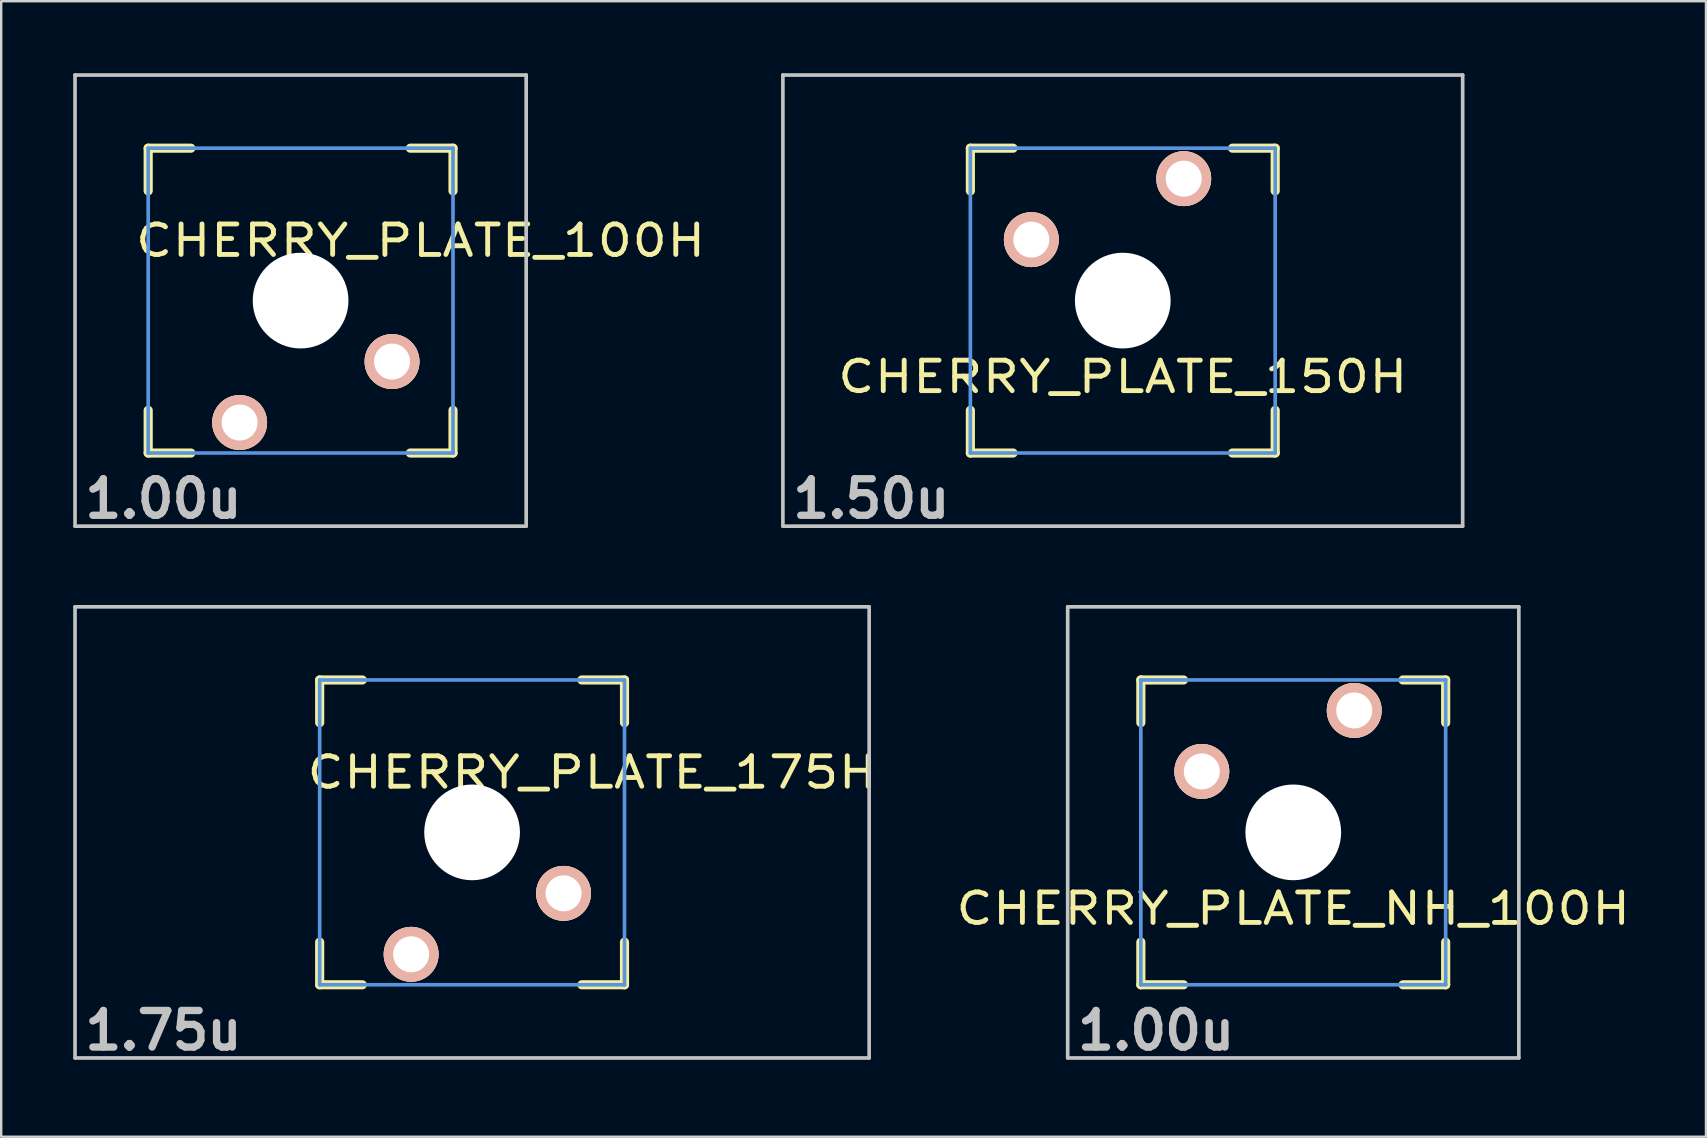
<source format=kicad_pcb>
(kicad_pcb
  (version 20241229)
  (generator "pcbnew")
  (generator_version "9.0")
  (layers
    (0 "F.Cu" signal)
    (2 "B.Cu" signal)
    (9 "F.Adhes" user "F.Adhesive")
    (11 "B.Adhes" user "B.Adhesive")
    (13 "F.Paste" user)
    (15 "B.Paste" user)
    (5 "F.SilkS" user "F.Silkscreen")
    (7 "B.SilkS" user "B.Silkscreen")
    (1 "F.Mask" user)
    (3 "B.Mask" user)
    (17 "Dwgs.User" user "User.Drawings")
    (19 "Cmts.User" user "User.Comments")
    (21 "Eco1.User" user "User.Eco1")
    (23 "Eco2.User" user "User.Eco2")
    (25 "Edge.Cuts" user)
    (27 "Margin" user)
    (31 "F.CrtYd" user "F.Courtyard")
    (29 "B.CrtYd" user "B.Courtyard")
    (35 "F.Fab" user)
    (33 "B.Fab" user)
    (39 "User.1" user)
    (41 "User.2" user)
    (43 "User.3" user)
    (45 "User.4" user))
  (footprint "CHERRY_PLATE_NH_100H"
    (layer "F.Cu")
    (at 50.832 31.63)
    (property "Reference" "CHERRY_PLATE_NH_100H" (at 0 3.175 0) (layer "F.SilkS") (effects (font (size 1.27 1.524) (thickness 0.203))))
    (attr through_hole)
    (fp_line (start -6.35 -6.35) (end -4.572 -6.35) (stroke (width 0.381) (type solid)) (layer "F.SilkS"))
    (fp_line (start -6.35 -4.572) (end -6.35 -6.35) (stroke (width 0.381) (type solid)) (layer "F.SilkS"))
    (fp_line (start -6.35 6.35) (end -6.35 4.572) (stroke (width 0.381) (type solid)) (layer "F.SilkS"))
    (fp_line (start -4.572 6.35) (end -6.35 6.35) (stroke (width 0.381) (type solid)) (layer "F.SilkS"))
    (fp_line (start 4.572 -6.35) (end 6.35 -6.35) (stroke (width 0.381) (type solid)) (layer "F.SilkS"))
    (fp_line (start 6.35 -6.35) (end 6.35 -4.572) (stroke (width 0.381) (type solid)) (layer "F.SilkS"))
    (fp_line (start 6.35 4.572) (end 6.35 6.35) (stroke (width 0.381) (type solid)) (layer "F.SilkS"))
    (fp_line (start 6.35 6.35) (end 4.572 6.35) (stroke (width 0.381) (type solid)) (layer "F.SilkS"))
    (fp_line (start -9.398 -9.398) (end 9.398 -9.398) (stroke (width 0.152) (type solid)) (layer "Dwgs.User"))
    (fp_line (start -9.398 9.398) (end -9.398 -9.398) (stroke (width 0.152) (type solid)) (layer "Dwgs.User"))
    (fp_line (start 9.398 -9.398) (end 9.398 9.398) (stroke (width 0.152) (type solid)) (layer "Dwgs.User"))
    (fp_line (start 9.398 9.398) (end -9.398 9.398) (stroke (width 0.152) (type solid)) (layer "Dwgs.User"))
    (fp_line (start -6.35 -6.35) (end 6.35 -6.35) (stroke (width 0.152) (type solid)) (layer "Cmts.User"))
    (fp_line (start -6.35 6.35) (end -6.35 -6.35) (stroke (width 0.152) (type solid)) (layer "Cmts.User"))
    (fp_line (start 6.35 -6.35) (end 6.35 6.35) (stroke (width 0.152) (type solid)) (layer "Cmts.User"))
    (fp_line (start 6.35 6.35) (end -6.35 6.35) (stroke (width 0.152) (type solid)) (layer "Cmts.User"))
    (fp_text user "1.00u" (at -5.715 8.255 0) (layer "Dwgs.User") (effects (font (size 1.524 1.524) (thickness 0.305))))
    (pad "" np_thru_hole circle (at 0 0) (size 3.988 3.988) (drill 3.988) (layers "*.Cu"))
    (pad "1" thru_hole circle (at 2.54 -5.08) (size 2.286 2.286) (drill 1.499) (layers "*.Cu" "*.SilkS" "*.Mask"))
    (pad "2" thru_hole circle (at -3.81 -2.54) (size 2.286 2.286) (drill 1.499) (layers "*.Cu" "*.SilkS" "*.Mask")))
  (footprint "CHERRY_PLATE_175H"
    (layer "F.Cu")
    (at 16.619 31.63)
    (property "Reference" "CHERRY_PLATE_175H" (at 5 -2.5 180) (layer "F.SilkS") (effects (font (size 1.27 1.524) (thickness 0.203))))
    (attr through_hole)
    (fp_line (start -6.35 -6.35) (end -4.572 -6.35) (stroke (width 0.381) (type solid)) (layer "F.SilkS"))
    (fp_line (start -6.35 -4.572) (end -6.35 -6.35) (stroke (width 0.381) (type solid)) (layer "F.SilkS"))
    (fp_line (start -6.35 6.35) (end -6.35 4.572) (stroke (width 0.381) (type solid)) (layer "F.SilkS"))
    (fp_line (start -4.572 6.35) (end -6.35 6.35) (stroke (width 0.381) (type solid)) (layer "F.SilkS"))
    (fp_line (start 4.572 -6.35) (end 6.35 -6.35) (stroke (width 0.381) (type solid)) (layer "F.SilkS"))
    (fp_line (start 6.35 -6.35) (end 6.35 -4.572) (stroke (width 0.381) (type solid)) (layer "F.SilkS"))
    (fp_line (start 6.35 4.572) (end 6.35 6.35) (stroke (width 0.381) (type solid)) (layer "F.SilkS"))
    (fp_line (start 6.35 6.35) (end 4.572 6.35) (stroke (width 0.381) (type solid)) (layer "F.SilkS"))
    (fp_line (start -16.543 -9.398) (end 16.543 -9.398) (stroke (width 0.152) (type solid)) (layer "Dwgs.User"))
    (fp_line (start -16.543 9.398) (end -16.543 -9.398) (stroke (width 0.152) (type solid)) (layer "Dwgs.User"))
    (fp_line (start 16.543 -9.398) (end 16.543 9.398) (stroke (width 0.152) (type solid)) (layer "Dwgs.User"))
    (fp_line (start 16.543 9.398) (end -16.543 9.398) (stroke (width 0.152) (type solid)) (layer "Dwgs.User"))
    (fp_line (start -6.35 -6.35) (end 6.35 -6.35) (stroke (width 0.152) (type solid)) (layer "Cmts.User"))
    (fp_line (start -6.35 6.35) (end -6.35 -6.35) (stroke (width 0.152) (type solid)) (layer "Cmts.User"))
    (fp_line (start 6.35 -6.35) (end 6.35 6.35) (stroke (width 0.152) (type solid)) (layer "Cmts.User"))
    (fp_line (start 6.35 6.35) (end -6.35 6.35) (stroke (width 0.152) (type solid)) (layer "Cmts.User"))
    (fp_text user "1.75u" (at -12.86 8.255 0) (layer "Dwgs.User") (effects (font (size 1.524 1.524) (thickness 0.305))))
    (pad "" np_thru_hole circle (at 0 0 180) (size 3.988 3.988) (drill 3.988) (layers "*.Cu"))
    (pad "1" thru_hole circle (at -2.54 5.08 180) (size 2.286 2.286) (drill 1.499) (layers "*.Cu" "*.SilkS" "*.Mask"))
    (pad "2" thru_hole circle (at 3.81 2.54 180) (size 2.286 2.286) (drill 1.499) (layers "*.Cu" "*.SilkS" "*.Mask")))
  (footprint "CHERRY_PLATE_100H"
    (layer "F.Cu")
    (at 9.474 9.474)
    (property "Reference" "CHERRY_PLATE_100H" (at 5 -2.5 180) (layer "F.SilkS") (effects (font (size 1.27 1.524) (thickness 0.203))))
    (attr through_hole)
    (fp_line (start -6.35 -6.35) (end -4.572 -6.35) (stroke (width 0.381) (type solid)) (layer "F.SilkS"))
    (fp_line (start -6.35 -4.572) (end -6.35 -6.35) (stroke (width 0.381) (type solid)) (layer "F.SilkS"))
    (fp_line (start -6.35 6.35) (end -6.35 4.572) (stroke (width 0.381) (type solid)) (layer "F.SilkS"))
    (fp_line (start -4.572 6.35) (end -6.35 6.35) (stroke (width 0.381) (type solid)) (layer "F.SilkS"))
    (fp_line (start 4.572 -6.35) (end 6.35 -6.35) (stroke (width 0.381) (type solid)) (layer "F.SilkS"))
    (fp_line (start 6.35 -6.35) (end 6.35 -4.572) (stroke (width 0.381) (type solid)) (layer "F.SilkS"))
    (fp_line (start 6.35 4.572) (end 6.35 6.35) (stroke (width 0.381) (type solid)) (layer "F.SilkS"))
    (fp_line (start 6.35 6.35) (end 4.572 6.35) (stroke (width 0.381) (type solid)) (layer "F.SilkS"))
    (fp_line (start -9.398 -9.398) (end 9.398 -9.398) (stroke (width 0.152) (type solid)) (layer "Dwgs.User"))
    (fp_line (start -9.398 9.398) (end -9.398 -9.398) (stroke (width 0.152) (type solid)) (layer "Dwgs.User"))
    (fp_line (start 9.398 -9.398) (end 9.398 9.398) (stroke (width 0.152) (type solid)) (layer "Dwgs.User"))
    (fp_line (start 9.398 9.398) (end -9.398 9.398) (stroke (width 0.152) (type solid)) (layer "Dwgs.User"))
    (fp_line (start -6.35 -6.35) (end 6.35 -6.35) (stroke (width 0.152) (type solid)) (layer "Cmts.User"))
    (fp_line (start -6.35 6.35) (end -6.35 -6.35) (stroke (width 0.152) (type solid)) (layer "Cmts.User"))
    (fp_line (start 6.35 -6.35) (end 6.35 6.35) (stroke (width 0.152) (type solid)) (layer "Cmts.User"))
    (fp_line (start 6.35 6.35) (end -6.35 6.35) (stroke (width 0.152) (type solid)) (layer "Cmts.User"))
    (fp_text user "1.00u" (at -5.715 8.255 0) (layer "Dwgs.User") (effects (font (size 1.524 1.524) (thickness 0.305))))
    (pad "" np_thru_hole circle (at 0 0 180) (size 3.988 3.988) (drill 3.988) (layers "*.Cu"))
    (pad "1" thru_hole circle (at -2.54 5.08 180) (size 2.286 2.286) (drill 1.499) (layers "*.Cu" "*.SilkS" "*.Mask"))
    (pad "2" thru_hole circle (at 3.81 2.54 180) (size 2.286 2.286) (drill 1.499) (layers "*.Cu" "*.SilkS" "*.Mask")))
  (footprint "CHERRY_PLATE_150H"
    (layer "F.Cu")
    (at 43.729 9.474)
    (property "Reference" "CHERRY_PLATE_150H" (at 0 3.175 0) (layer "F.SilkS") (effects (font (size 1.27 1.524) (thickness 0.203))))
    (attr through_hole)
    (fp_line (start -6.35 -6.35) (end -4.572 -6.35) (stroke (width 0.381) (type solid)) (layer "F.SilkS"))
    (fp_line (start -6.35 -4.572) (end -6.35 -6.35) (stroke (width 0.381) (type solid)) (layer "F.SilkS"))
    (fp_line (start -6.35 6.35) (end -6.35 4.572) (stroke (width 0.381) (type solid)) (layer "F.SilkS"))
    (fp_line (start -4.572 6.35) (end -6.35 6.35) (stroke (width 0.381) (type solid)) (layer "F.SilkS"))
    (fp_line (start 4.572 -6.35) (end 6.35 -6.35) (stroke (width 0.381) (type solid)) (layer "F.SilkS"))
    (fp_line (start 6.35 -6.35) (end 6.35 -4.572) (stroke (width 0.381) (type solid)) (layer "F.SilkS"))
    (fp_line (start 6.35 4.572) (end 6.35 6.35) (stroke (width 0.381) (type solid)) (layer "F.SilkS"))
    (fp_line (start 6.35 6.35) (end 4.572 6.35) (stroke (width 0.381) (type solid)) (layer "F.SilkS"))
    (fp_line (start -14.161 -9.398) (end 14.161 -9.398) (stroke (width 0.152) (type solid)) (layer "Dwgs.User"))
    (fp_line (start -14.161 9.398) (end -14.161 -9.398) (stroke (width 0.152) (type solid)) (layer "Dwgs.User"))
    (fp_line (start 14.161 -9.398) (end 14.161 9.398) (stroke (width 0.152) (type solid)) (layer "Dwgs.User"))
    (fp_line (start 14.161 9.398) (end -14.161 9.398) (stroke (width 0.152) (type solid)) (layer "Dwgs.User"))
    (fp_line (start -6.35 -6.35) (end 6.35 -6.35) (stroke (width 0.152) (type solid)) (layer "Cmts.User"))
    (fp_line (start -6.35 6.35) (end -6.35 -6.35) (stroke (width 0.152) (type solid)) (layer "Cmts.User"))
    (fp_line (start 6.35 -6.35) (end 6.35 6.35) (stroke (width 0.152) (type solid)) (layer "Cmts.User"))
    (fp_line (start 6.35 6.35) (end -6.35 6.35) (stroke (width 0.152) (type solid)) (layer "Cmts.User"))
    (fp_text user "1.50u" (at -10.477 8.255 0) (layer "Dwgs.User") (effects (font (size 1.524 1.524) (thickness 0.305))))
    (pad "" np_thru_hole circle (at 0 0) (size 3.988 3.988) (drill 3.988) (layers "*.Cu"))
    (pad "1" thru_hole circle (at 2.54 -5.08) (size 2.286 2.286) (drill 1.499) (layers "*.Cu" "*.SilkS" "*.Mask"))
    (pad "2" thru_hole circle (at -3.81 -2.54) (size 2.286 2.286) (drill 1.499) (layers "*.Cu" "*.SilkS" "*.Mask")))
  (gr_rect
    (start -3 -3)
    (end 68.027 44.311)
    (stroke (width 0.1) (type default))
    (fill no)
    (layer "Edge.Cuts")))
</source>
